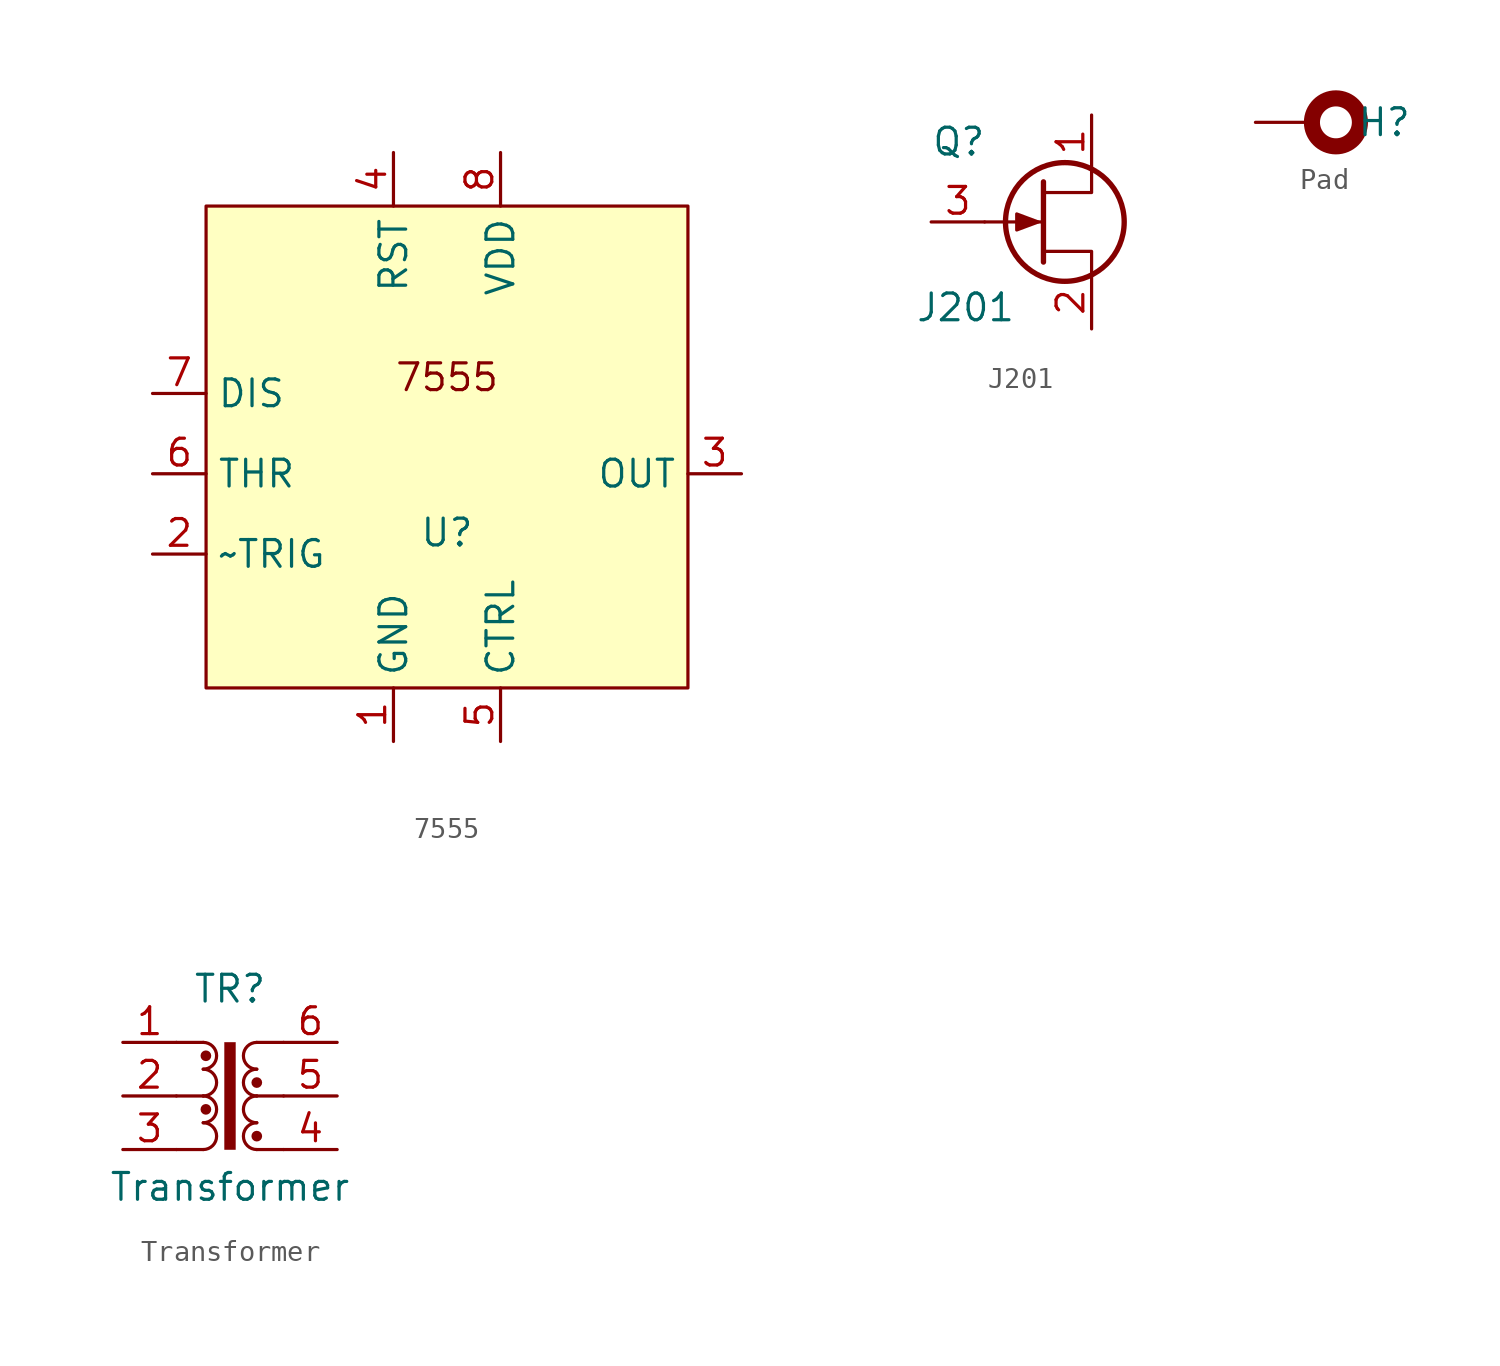
<source format=kicad_sym>
(kicad_symbol_lib
  (version 20241209)
  (generator "kicad_symbol_editor")
  (generator_version "9.0")
  (symbol "7555"
    (property "Reference" "U"
      (at 0 -2.794 0)
      (effects (font (size 1.27 1.27))))
    (property "Value" ""
      (at -1.27 -2.54 0)
      (effects (font (size 1.27 1.27))))
    (symbol "7555_1_1"
      (rectangle (start -11.43 12.7) (end 11.43 -10.16) (stroke (width 0) (type default)) (fill (type background)))
      (text "7555" (at 0 4.572 0) (effects (font (size 1.27 1.27))))
      (pin input line (at -13.97 3.81 0) (length 2.54) (name "DIS" (effects (font (size 1.27 1.27)))) (number "7" (effects (font (size 1.27 1.27)))))
      (pin input line (at -13.97 0 0) (length 2.54) (name "THR" (effects (font (size 1.27 1.27)))) (number "6" (effects (font (size 1.27 1.27)))))
      (pin input line (at -13.97 -3.81 0) (length 2.54) (name "~TRIG" (effects (font (size 1.27 1.27)))) (number "2" (effects (font (size 1.27 1.27)))))
      (pin input line (at -2.54 15.24 270) (length 2.54) (name "RST" (effects (font (size 1.27 1.27)))) (number "4" (effects (font (size 1.27 1.27)))))
      (pin power_in line (at -2.54 -12.7 90) (length 2.54) (name "GND" (effects (font (size 1.27 1.27)))) (number "1" (effects (font (size 1.27 1.27)))))
      (pin power_in line (at 2.54 15.24 270) (length 2.54) (name "VDD" (effects (font (size 1.27 1.27)))) (number "8" (effects (font (size 1.27 1.27)))))
      (pin input line (at 2.54 -12.7 90) (length 2.54) (name "CTRL" (effects (font (size 1.27 1.27)))) (number "5" (effects (font (size 1.27 1.27)))))
      (pin power_out line (at 13.97 0 180) (length 2.54) (name "OUT" (effects (font (size 1.27 1.27)))) (number "3" (effects (font (size 1.27 1.27)))))))
  (symbol "J201"
    (pin_names
      (hide yes))
    (property "Reference" "Q"
      (at -5.08 3.81 0)
      (effects (font (size 1.27 1.27)) (justify left)))
    (property "Value" "J201"
      (at -5.842 -4.064 0)
      (effects (font (size 1.27 1.27)) (justify left)))
    (symbol "J201_0_1"
      (polyline (pts (xy 0 0) (xy -1.016 0.381) (xy -1.016 -0.381) (xy 0 0)) (stroke (width 0) (type default)) (fill (type outline)))
      (polyline (pts (xy 0.254 1.905) (xy 0.254 -1.905)) (stroke (width 0.254) (type default)) (fill (type none)))
      (polyline (pts (xy 0.254 0) (xy -2.54 0)) (stroke (width 0) (type default)) (fill (type none)))
      (circle (center 1.27 0) (radius 2.819) (stroke (width 0.254) (type default)) (fill (type none)))
      (polyline (pts (xy 2.54 2.54) (xy 2.54 1.397) (xy 0.254 1.397)) (stroke (width 0) (type default)) (fill (type none)))
      (polyline (pts (xy 2.54 -2.54) (xy 2.54 -1.397) (xy 0.254 -1.397)) (stroke (width 0) (type default)) (fill (type none))))
    (symbol "J201_1_1"
      (pin input line (at -5.08 0 0) (length 2.54) (name "G" (effects (font (size 1.27 1.27)))) (number "3" (effects (font (size 1.27 1.27)))))
      (pin passive line (at 2.54 5.08 270) (length 2.54) (name "D" (effects (font (size 1.27 1.27)))) (number "1" (effects (font (size 1.27 1.27)))))
      (pin passive line (at 2.54 -5.08 90) (length 2.54) (name "S" (effects (font (size 1.27 1.27)))) (number "2" (effects (font (size 1.27 1.27)))))))
  (symbol "Pad"
    (pin_numbers
      (hide yes))
    (pin_names
      (hide yes))
    (property "Reference" "H"
      (at 2.286 0 0)
      (effects (font (size 1.27 1.27))))
    (property "Value" ""
      (at 0 0 0)
      (effects (font (size 1.27 1.27))))
    (symbol "Pad_1_1"
      (circle (center 0 0) (radius 1.136) (stroke (width 0.762) (type solid)) (fill (type none)))
      (pin input line (at -3.81 0 0) (length 2.54) (name "1" (effects (font (size 1.27 1.27)))) (number "1" (effects (font (size 1.27 1.27)))))))
  (symbol "Transformer"
    (property "Reference" "TR"
      (at 0 5.08 0)
      (effects (font (size 1.27 1.27))))
    (property "Value" "Transformer"
      (at 0 -4.318 0)
      (effects (font (size 1.27 1.27))))
    (symbol "Transformer_0_1"
      (polyline (pts (xy -2.54 2.54) (xy -1.27 2.54)) (stroke (width 0) (type default)) (fill (type none)))
      (polyline (pts (xy -2.54 0) (xy -1.27 0)) (stroke (width 0) (type default)) (fill (type none)))
      (polyline (pts (xy -2.54 -2.54) (xy -1.27 -2.54)) (stroke (width 0) (type default)) (fill (type none)))
      (arc (start -1.27 0) (mid -0.6377 -0.635) (end -1.27 -1.27) (stroke (width 0) (type default)) (fill (type none)))
      (arc (start -1.27 -1.27) (mid -0.6377 -1.905) (end -1.27 -2.54) (stroke (width 0) (type default)) (fill (type none)))
      (rectangle (start -0.254 2.54) (end 0.254 -2.54) (stroke (width 0.025) (type default)) (fill (type outline)))
      (polyline (pts (xy 1.27 2.54) (xy 2.54 2.54)) (stroke (width 0) (type default)) (fill (type none)))
      (polyline (pts (xy 1.27 0) (xy 2.54 0)) (stroke (width 0) (type default)) (fill (type none)))
      (polyline (pts (xy 1.27 -2.54) (xy 2.54 -2.54)) (stroke (width 0) (type default)) (fill (type none))))
    (symbol "Transformer_1_1"
      (arc (start -1.27 2.54) (mid -0.6377 1.905) (end -1.27 1.27) (stroke (width 0) (type default)) (fill (type none)))
      (arc (start -1.27 1.27) (mid -0.6377 0.635) (end -1.27 0) (stroke (width 0) (type default)) (fill (type none)))
      (circle (center -1.143 1.905) (radius 0.127) (stroke (width 0.254) (type default)) (fill (type none)))
      (circle (center -1.143 -0.635) (radius 0.127) (stroke (width 0.254) (type default)) (fill (type none)))
      (circle (center 1.27 0.635) (radius 0.127) (stroke (width 0.254) (type default)) (fill (type none)))
      (circle (center 1.27 -1.905) (radius 0.127) (stroke (width 0.254) (type default)) (fill (type none)))
      (arc (start 1.27 1.27) (mid 0.6377 1.905) (end 1.27 2.54) (stroke (width 0) (type default)) (fill (type none)))
      (arc (start 1.27 0) (mid 0.6377 0.635) (end 1.27 1.27) (stroke (width 0) (type default)) (fill (type none)))
      (arc (start 1.27 -1.27) (mid 0.6377 -0.635) (end 1.27 0) (stroke (width 0) (type default)) (fill (type none)))
      (arc (start 1.27 -2.54) (mid 0.6377 -1.905) (end 1.27 -1.27) (stroke (width 0) (type default)) (fill (type none)))
      (pin passive line (at -5.08 2.54 0) (length 2.54) (name "~" (effects (font (size 1.27 1.27)))) (number "1" (effects (font (size 1.27 1.27)))))
      (pin passive line (at -5.08 0 0) (length 2.54) (name "~" (effects (font (size 1.27 1.27)))) (number "2" (effects (font (size 1.27 1.27)))))
      (pin passive line (at -5.08 -2.54 0) (length 2.54) (name "~" (effects (font (size 1.27 1.27)))) (number "3" (effects (font (size 1.27 1.27)))))
      (pin passive line (at 5.08 2.54 180) (length 2.54) (name "~" (effects (font (size 1.27 1.27)))) (number "6" (effects (font (size 1.27 1.27)))))
      (pin passive line (at 5.08 0 180) (length 2.54) (name "~" (effects (font (size 1.27 1.27)))) (number "5" (effects (font (size 1.27 1.27)))))
      (pin passive line (at 5.08 -2.54 180) (length 2.54) (name "~" (effects (font (size 1.27 1.27)))) (number "4" (effects (font (size 1.27 1.27))))))))
</source>
